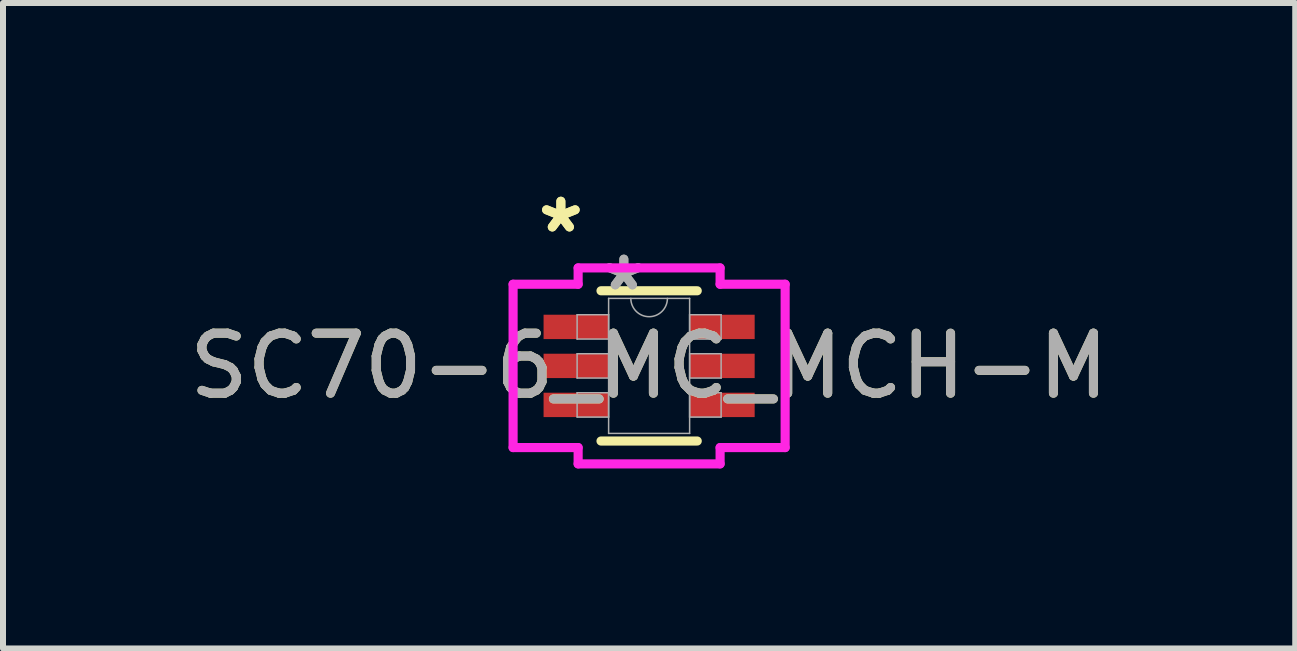
<source format=kicad_pcb>
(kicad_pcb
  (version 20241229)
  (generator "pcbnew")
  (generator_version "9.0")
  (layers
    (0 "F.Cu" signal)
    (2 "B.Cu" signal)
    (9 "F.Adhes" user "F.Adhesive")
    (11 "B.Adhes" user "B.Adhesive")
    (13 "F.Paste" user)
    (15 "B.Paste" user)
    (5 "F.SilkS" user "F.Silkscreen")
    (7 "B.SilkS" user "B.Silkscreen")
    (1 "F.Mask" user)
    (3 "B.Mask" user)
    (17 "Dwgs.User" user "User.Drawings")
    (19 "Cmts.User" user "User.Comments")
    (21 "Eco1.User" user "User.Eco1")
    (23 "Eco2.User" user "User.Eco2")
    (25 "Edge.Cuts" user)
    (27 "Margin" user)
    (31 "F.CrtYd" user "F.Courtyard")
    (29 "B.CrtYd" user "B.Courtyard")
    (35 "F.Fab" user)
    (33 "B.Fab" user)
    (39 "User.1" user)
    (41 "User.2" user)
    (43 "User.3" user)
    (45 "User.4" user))
  (footprint "SC70-6_MC_MCH-M"
    (layer "F.Cu")
    (at 7.768 3.048)
    (property "Reference" "SC70-6_MC_MCH-M" (at 0 0 0) (unlocked yes) (layer "F.SilkS") (effects (font (size 1 1) (thickness 0.15))))
    (attr smd)
    (fp_line (start -0.802 1.252) (end 0.802 1.252) (stroke (width 0.152) (type solid)) (layer "F.SilkS"))
    (fp_line (start 0.802 -1.252) (end -0.802 -1.252) (stroke (width 0.152) (type solid)) (layer "F.SilkS"))
    (fp_line (start -2.267 -1.361) (end -1.183 -1.361) (stroke (width 0.152) (type solid)) (layer "F.CrtYd"))
    (fp_line (start -2.267 1.361) (end -2.267 -1.361) (stroke (width 0.152) (type solid)) (layer "F.CrtYd"))
    (fp_line (start -1.183 -1.633) (end 1.183 -1.633) (stroke (width 0.152) (type solid)) (layer "F.CrtYd"))
    (fp_line (start -1.183 -1.361) (end -1.183 -1.633) (stroke (width 0.152) (type solid)) (layer "F.CrtYd"))
    (fp_line (start -1.183 1.361) (end -2.267 1.361) (stroke (width 0.152) (type solid)) (layer "F.CrtYd"))
    (fp_line (start -1.183 1.633) (end -1.183 1.361) (stroke (width 0.152) (type solid)) (layer "F.CrtYd"))
    (fp_line (start 1.183 -1.633) (end 1.183 -1.361) (stroke (width 0.152) (type solid)) (layer "F.CrtYd"))
    (fp_line (start 1.183 -1.361) (end 2.267 -1.361) (stroke (width 0.152) (type solid)) (layer "F.CrtYd"))
    (fp_line (start 1.183 1.361) (end 1.183 1.633) (stroke (width 0.152) (type solid)) (layer "F.CrtYd"))
    (fp_line (start 1.183 1.633) (end -1.183 1.633) (stroke (width 0.152) (type solid)) (layer "F.CrtYd"))
    (fp_line (start 2.267 -1.361) (end 2.267 1.361) (stroke (width 0.152) (type solid)) (layer "F.CrtYd"))
    (fp_line (start 2.267 1.361) (end 1.183 1.361) (stroke (width 0.152) (type solid)) (layer "F.CrtYd"))
    (fp_line (start -1.2 -0.853) (end -1.2 -0.447) (stroke (width 0.025) (type solid)) (layer "F.Fab"))
    (fp_line (start -1.2 -0.447) (end -0.675 -0.447) (stroke (width 0.025) (type solid)) (layer "F.Fab"))
    (fp_line (start -1.2 -0.203) (end -1.2 0.203) (stroke (width 0.025) (type solid)) (layer "F.Fab"))
    (fp_line (start -1.2 0.203) (end -0.675 0.203) (stroke (width 0.025) (type solid)) (layer "F.Fab"))
    (fp_line (start -1.2 0.447) (end -1.2 0.853) (stroke (width 0.025) (type solid)) (layer "F.Fab"))
    (fp_line (start -1.2 0.853) (end -0.675 0.853) (stroke (width 0.025) (type solid)) (layer "F.Fab"))
    (fp_line (start -0.675 -1.125) (end -0.675 1.125) (stroke (width 0.025) (type solid)) (layer "F.Fab"))
    (fp_line (start -0.675 -0.853) (end -1.2 -0.853) (stroke (width 0.025) (type solid)) (layer "F.Fab"))
    (fp_line (start -0.675 -0.447) (end -0.675 -0.853) (stroke (width 0.025) (type solid)) (layer "F.Fab"))
    (fp_line (start -0.675 -0.203) (end -1.2 -0.203) (stroke (width 0.025) (type solid)) (layer "F.Fab"))
    (fp_line (start -0.675 0.203) (end -0.675 -0.203) (stroke (width 0.025) (type solid)) (layer "F.Fab"))
    (fp_line (start -0.675 0.447) (end -1.2 0.447) (stroke (width 0.025) (type solid)) (layer "F.Fab"))
    (fp_line (start -0.675 0.853) (end -0.675 0.447) (stroke (width 0.025) (type solid)) (layer "F.Fab"))
    (fp_line (start -0.675 1.125) (end 0.675 1.125) (stroke (width 0.025) (type solid)) (layer "F.Fab"))
    (fp_line (start 0.675 -1.125) (end -0.675 -1.125) (stroke (width 0.025) (type solid)) (layer "F.Fab"))
    (fp_line (start 0.675 -0.853) (end 0.675 -0.447) (stroke (width 0.025) (type solid)) (layer "F.Fab"))
    (fp_line (start 0.675 -0.447) (end 1.2 -0.447) (stroke (width 0.025) (type solid)) (layer "F.Fab"))
    (fp_line (start 0.675 -0.203) (end 0.675 0.203) (stroke (width 0.025) (type solid)) (layer "F.Fab"))
    (fp_line (start 0.675 0.203) (end 1.2 0.203) (stroke (width 0.025) (type solid)) (layer "F.Fab"))
    (fp_line (start 0.675 0.447) (end 0.675 0.853) (stroke (width 0.025) (type solid)) (layer "F.Fab"))
    (fp_line (start 0.675 0.853) (end 1.2 0.853) (stroke (width 0.025) (type solid)) (layer "F.Fab"))
    (fp_line (start 0.675 1.125) (end 0.675 -1.125) (stroke (width 0.025) (type solid)) (layer "F.Fab"))
    (fp_line (start 1.2 -0.853) (end 0.675 -0.853) (stroke (width 0.025) (type solid)) (layer "F.Fab"))
    (fp_line (start 1.2 -0.447) (end 1.2 -0.853) (stroke (width 0.025) (type solid)) (layer "F.Fab"))
    (fp_line (start 1.2 -0.203) (end 0.675 -0.203) (stroke (width 0.025) (type solid)) (layer "F.Fab"))
    (fp_line (start 1.2 0.203) (end 1.2 -0.203) (stroke (width 0.025) (type solid)) (layer "F.Fab"))
    (fp_line (start 1.2 0.447) (end 0.675 0.447) (stroke (width 0.025) (type solid)) (layer "F.Fab"))
    (fp_line (start 1.2 0.853) (end 1.2 0.447) (stroke (width 0.025) (type solid)) (layer "F.Fab"))
    (fp_arc (start 0.3048 -1.125) (mid 0 -0.8202) (end -0.3048 -1.125) (stroke (width 0.0254) (type solid)) (layer "F.Fab"))
    (fp_text user "*" (at -1.471 -2.199 0) (layer "F.SilkS") (effects (font (size 1 1) (thickness 0.15))))
    (fp_text user "*" (at -1.471 -2.199 0) (unlocked yes) (layer "F.SilkS") (effects (font (size 1 1) (thickness 0.15))))
    (fp_text user "*" (at -0.421 -1.234 0) (layer "F.Fab") (effects (font (size 1 1) (thickness 0.15))))
    (fp_text user "*" (at -0.421 -1.234 0) (unlocked yes) (layer "F.Fab") (effects (font (size 1 1) (thickness 0.15))))
    (fp_text user "${REFERENCE}" (at 0 0 0) (unlocked yes) (layer "F.Fab") (effects (font (size 1 1) (thickness 0.15))))
    (pad "1" smd rect (at -1.217 -0.65) (size 1.084 0.406) (layers "F.Cu" "F.Mask" "F.Paste"))
    (pad "2" smd rect (at -1.217 0) (size 1.084 0.406) (layers "F.Cu" "F.Mask" "F.Paste"))
    (pad "3" smd rect (at -1.217 0.65) (size 1.084 0.406) (layers "F.Cu" "F.Mask" "F.Paste"))
    (pad "4" smd rect (at 1.217 0.65) (size 1.084 0.406) (layers "F.Cu" "F.Mask" "F.Paste"))
    (pad "5" smd rect (at 1.217 0) (size 1.084 0.406) (layers "F.Cu" "F.Mask" "F.Paste"))
    (pad "6" smd rect (at 1.217 -0.65) (size 1.084 0.406) (layers "F.Cu" "F.Mask" "F.Paste")))
  (gr_rect
    (start -3 -3)
    (end 18.536 7.757)
    (stroke (width 0.1) (type default))
    (fill no)
    (layer "Edge.Cuts")))
</source>
